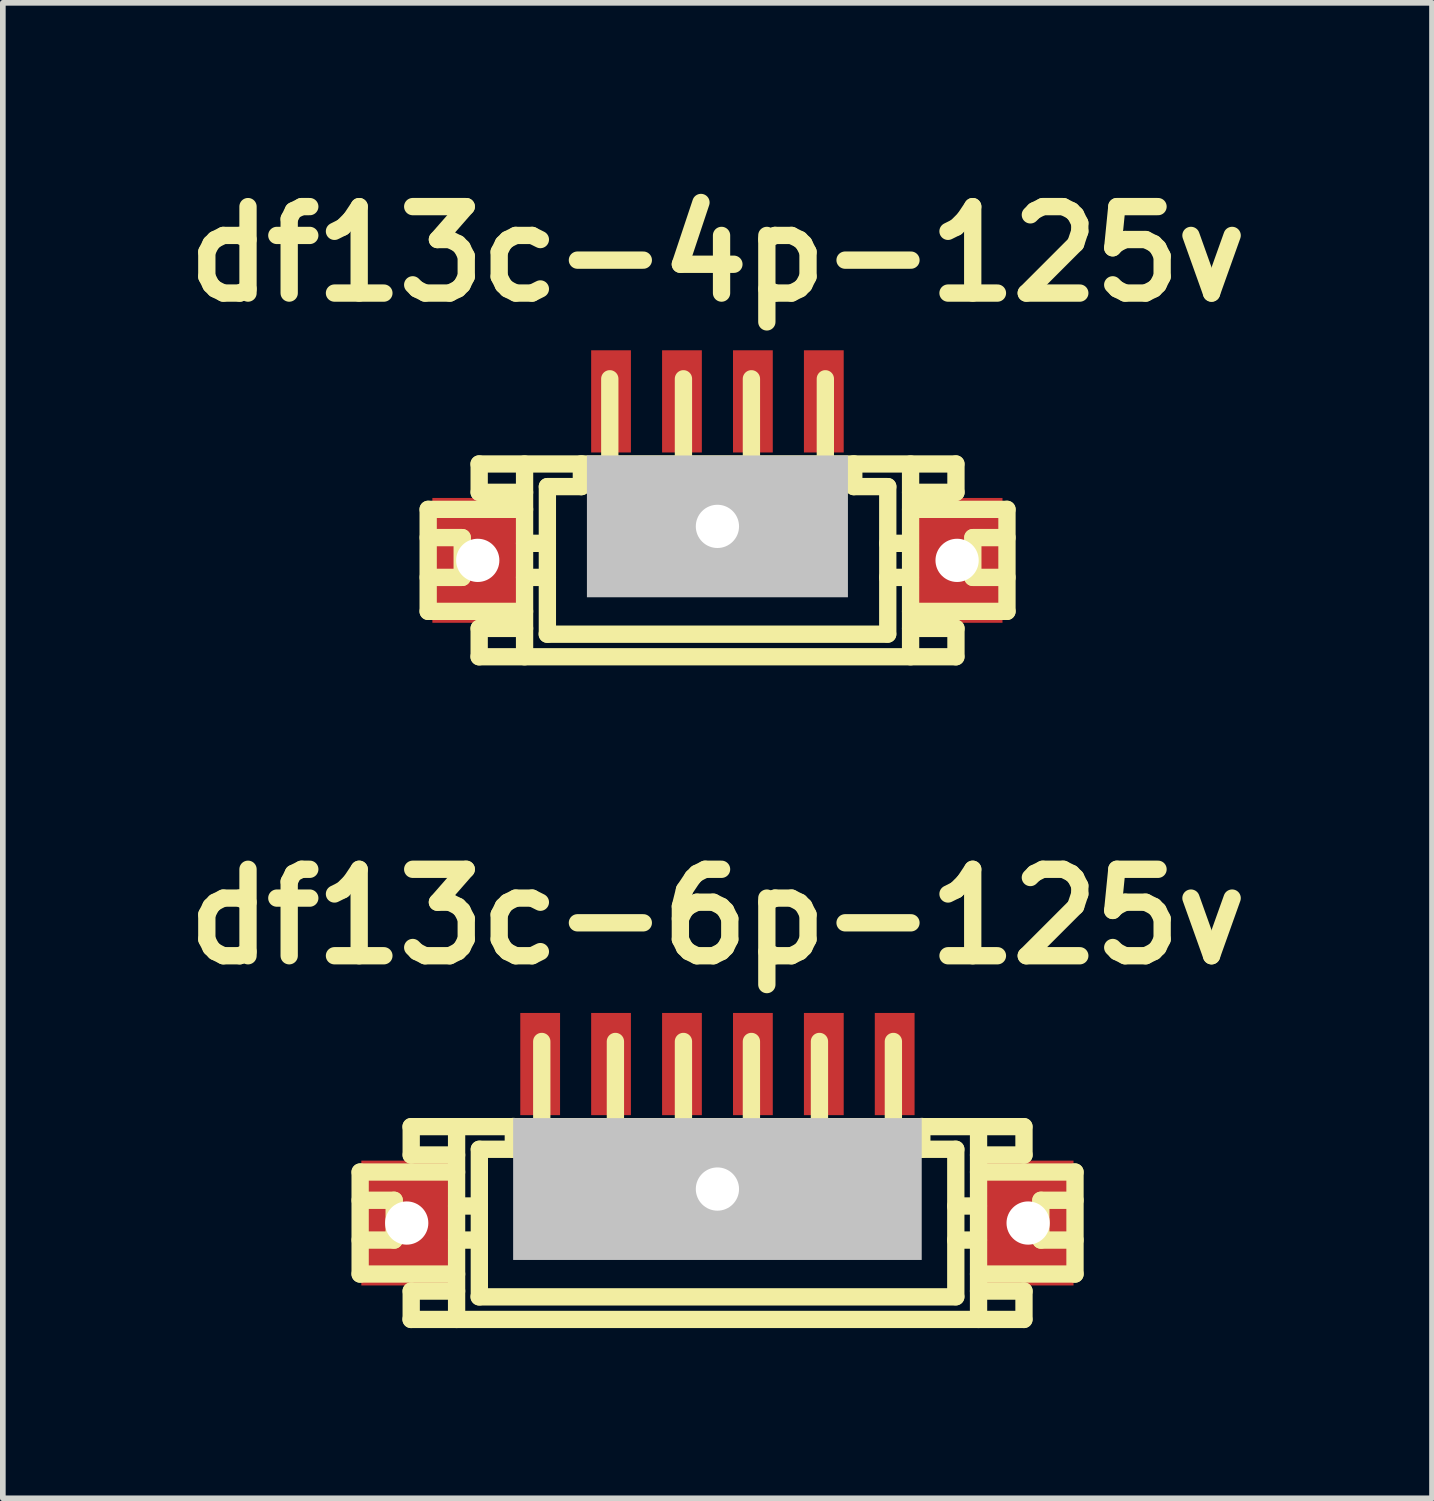
<source format=kicad_pcb>
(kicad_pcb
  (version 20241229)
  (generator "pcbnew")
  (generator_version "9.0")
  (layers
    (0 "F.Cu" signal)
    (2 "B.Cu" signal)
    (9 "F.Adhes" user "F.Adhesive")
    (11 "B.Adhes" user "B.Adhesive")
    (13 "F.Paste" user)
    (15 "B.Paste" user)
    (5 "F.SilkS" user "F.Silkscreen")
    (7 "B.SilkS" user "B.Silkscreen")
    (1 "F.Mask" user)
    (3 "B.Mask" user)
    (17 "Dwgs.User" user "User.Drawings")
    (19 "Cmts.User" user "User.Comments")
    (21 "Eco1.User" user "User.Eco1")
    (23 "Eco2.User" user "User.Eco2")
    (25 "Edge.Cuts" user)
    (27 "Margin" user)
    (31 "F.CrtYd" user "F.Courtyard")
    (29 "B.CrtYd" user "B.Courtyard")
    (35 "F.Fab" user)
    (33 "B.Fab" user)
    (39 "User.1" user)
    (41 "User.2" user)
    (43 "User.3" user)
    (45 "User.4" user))
  (footprint "df13c-6p-125v"
    (layer "F.Cu")
    (at 9.594 17.705)
    (property "Reference" "df13c-6p-125v" (at 0 -4.6 0) (layer "F.SilkS") (effects (font (size 1.524 1.524) (thickness 0.305))))
    (attr through_hole)
    (fp_line (start -6.297 -0.099) (end -4.597 -0.099) (stroke (width 0.305) (type solid)) (layer "F.SilkS"))
    (fp_line (start -6.297 0.399) (end -5.697 0.399) (stroke (width 0.305) (type solid)) (layer "F.SilkS"))
    (fp_line (start -6.297 1.699) (end -6.297 -0.099) (stroke (width 0.305) (type solid)) (layer "F.SilkS"))
    (fp_line (start -6.297 1.699) (end -4.597 1.699) (stroke (width 0.305) (type solid)) (layer "F.SilkS"))
    (fp_line (start -5.697 0.399) (end -5.697 1.1) (stroke (width 0.305) (type solid)) (layer "F.SilkS"))
    (fp_line (start -5.697 1.1) (end -6.297 1.1) (stroke (width 0.305) (type solid)) (layer "F.SilkS"))
    (fp_line (start -5.4 2.499) (end 5.4 2.499) (stroke (width 0.305) (type solid)) (layer "F.SilkS"))
    (fp_line (start -5.397 -0.399) (end -5.397 -0.899) (stroke (width 0.305) (type solid)) (layer "F.SilkS"))
    (fp_line (start -5.397 2.499) (end -5.397 1.999) (stroke (width 0.305) (type solid)) (layer "F.SilkS"))
    (fp_line (start -4.597 -0.899) (end -4.597 2.499) (stroke (width 0.305) (type solid)) (layer "F.SilkS"))
    (fp_line (start -4.597 -0.399) (end -5.397 -0.399) (stroke (width 0.305) (type solid)) (layer "F.SilkS"))
    (fp_line (start -4.597 0.5) (end -4.196 0.5) (stroke (width 0.305) (type solid)) (layer "F.SilkS"))
    (fp_line (start -4.597 1.1) (end -4.196 1.1) (stroke (width 0.305) (type solid)) (layer "F.SilkS"))
    (fp_line (start -4.597 1.999) (end -5.397 1.999) (stroke (width 0.305) (type solid)) (layer "F.SilkS"))
    (fp_line (start -4.196 -0.5) (end -3.597 -0.5) (stroke (width 0.305) (type solid)) (layer "F.SilkS"))
    (fp_line (start -4.196 2.101) (end -4.196 -0.5) (stroke (width 0.305) (type solid)) (layer "F.SilkS"))
    (fp_line (start -3.597 -0.902) (end -3.597 -0.5) (stroke (width 0.305) (type solid)) (layer "F.SilkS"))
    (fp_line (start -3.198 0.998) (end -3.198 1.199) (stroke (width 0.305) (type solid)) (layer "F.SilkS"))
    (fp_line (start -3.198 1.199) (end -2.997 1.199) (stroke (width 0.305) (type solid)) (layer "F.SilkS"))
    (fp_line (start -3.096 -0.902) (end -3.096 -2.4) (stroke (width 0.305) (type solid)) (layer "F.SilkS"))
    (fp_line (start -2.997 0.998) (end -3.198 0.998) (stroke (width 0.305) (type solid)) (layer "F.SilkS"))
    (fp_line (start -2.997 1.199) (end -2.997 0.998) (stroke (width 0.305) (type solid)) (layer "F.SilkS"))
    (fp_line (start -1.897 1.001) (end -1.699 1.001) (stroke (width 0.305) (type solid)) (layer "F.SilkS"))
    (fp_line (start -1.897 1.199) (end -1.897 1.001) (stroke (width 0.305) (type solid)) (layer "F.SilkS"))
    (fp_line (start -1.798 -0.899) (end -1.798 -2.4) (stroke (width 0.305) (type solid)) (layer "F.SilkS"))
    (fp_line (start -1.699 1.001) (end -1.699 1.199) (stroke (width 0.305) (type solid)) (layer "F.SilkS"))
    (fp_line (start -1.699 1.199) (end -1.897 1.199) (stroke (width 0.305) (type solid)) (layer "F.SilkS"))
    (fp_line (start -0.699 1.001) (end -0.5 1.001) (stroke (width 0.305) (type solid)) (layer "F.SilkS"))
    (fp_line (start -0.699 1.199) (end -0.699 1.001) (stroke (width 0.305) (type solid)) (layer "F.SilkS"))
    (fp_line (start -0.599 -2.4) (end -0.599 -0.899) (stroke (width 0.305) (type solid)) (layer "F.SilkS"))
    (fp_line (start -0.5 1.001) (end -0.5 1.199) (stroke (width 0.305) (type solid)) (layer "F.SilkS"))
    (fp_line (start -0.5 1.199) (end -0.699 1.199) (stroke (width 0.305) (type solid)) (layer "F.SilkS"))
    (fp_line (start 0.399 1.001) (end 0.599 1.001) (stroke (width 0.305) (type solid)) (layer "F.SilkS"))
    (fp_line (start 0.399 1.199) (end 0.399 1.001) (stroke (width 0.305) (type solid)) (layer "F.SilkS"))
    (fp_line (start 0.599 -0.899) (end 0.599 -2.4) (stroke (width 0.305) (type solid)) (layer "F.SilkS"))
    (fp_line (start 0.599 1.001) (end 0.599 1.199) (stroke (width 0.305) (type solid)) (layer "F.SilkS"))
    (fp_line (start 0.599 1.199) (end 0.399 1.199) (stroke (width 0.305) (type solid)) (layer "F.SilkS"))
    (fp_line (start 1.699 1.001) (end 1.897 1.001) (stroke (width 0.305) (type solid)) (layer "F.SilkS"))
    (fp_line (start 1.699 1.199) (end 1.699 1.001) (stroke (width 0.305) (type solid)) (layer "F.SilkS"))
    (fp_line (start 1.798 -0.899) (end 1.798 -2.4) (stroke (width 0.305) (type solid)) (layer "F.SilkS"))
    (fp_line (start 1.897 1.001) (end 1.897 1.199) (stroke (width 0.305) (type solid)) (layer "F.SilkS"))
    (fp_line (start 1.897 1.199) (end 1.699 1.199) (stroke (width 0.305) (type solid)) (layer "F.SilkS"))
    (fp_line (start 3.002 0.998) (end 3.203 0.998) (stroke (width 0.305) (type solid)) (layer "F.SilkS"))
    (fp_line (start 3.002 1.199) (end 3.002 0.998) (stroke (width 0.305) (type solid)) (layer "F.SilkS"))
    (fp_line (start 3.101 -0.902) (end 3.101 -2.4) (stroke (width 0.305) (type solid)) (layer "F.SilkS"))
    (fp_line (start 3.203 0.998) (end 3.203 1.199) (stroke (width 0.305) (type solid)) (layer "F.SilkS"))
    (fp_line (start 3.203 1.199) (end 3.002 1.199) (stroke (width 0.305) (type solid)) (layer "F.SilkS"))
    (fp_line (start 3.602 -0.5) (end 3.602 -0.902) (stroke (width 0.305) (type solid)) (layer "F.SilkS"))
    (fp_line (start 4.199 1.1) (end 4.6 1.1) (stroke (width 0.305) (type solid)) (layer "F.SilkS"))
    (fp_line (start 4.201 -0.5) (end 3.602 -0.5) (stroke (width 0.305) (type solid)) (layer "F.SilkS"))
    (fp_line (start 4.201 2.098) (end 4.201 -0.5) (stroke (width 0.305) (type solid)) (layer "F.SilkS"))
    (fp_line (start 4.201 2.101) (end -4.201 2.101) (stroke (width 0.305) (type solid)) (layer "F.SilkS"))
    (fp_line (start 4.6 0.5) (end 4.199 0.5) (stroke (width 0.305) (type solid)) (layer "F.SilkS"))
    (fp_line (start 4.602 -0.899) (end 4.602 2.499) (stroke (width 0.305) (type solid)) (layer "F.SilkS"))
    (fp_line (start 5.4 -0.899) (end -5.4 -0.899) (stroke (width 0.305) (type solid)) (layer "F.SilkS"))
    (fp_line (start 5.403 -0.399) (end 4.602 -0.399) (stroke (width 0.305) (type solid)) (layer "F.SilkS"))
    (fp_line (start 5.403 -0.399) (end 5.403 -0.899) (stroke (width 0.305) (type solid)) (layer "F.SilkS"))
    (fp_line (start 5.403 1.999) (end 4.602 1.999) (stroke (width 0.305) (type solid)) (layer "F.SilkS"))
    (fp_line (start 5.403 2.499) (end 5.403 1.999) (stroke (width 0.305) (type solid)) (layer "F.SilkS"))
    (fp_line (start 5.7 0.399) (end 5.7 1.1) (stroke (width 0.305) (type solid)) (layer "F.SilkS"))
    (fp_line (start 5.702 0.399) (end 6.302 0.399) (stroke (width 0.305) (type solid)) (layer "F.SilkS"))
    (fp_line (start 5.702 1.1) (end 6.302 1.1) (stroke (width 0.305) (type solid)) (layer "F.SilkS"))
    (fp_line (start 6.302 -0.099) (end 4.602 -0.099) (stroke (width 0.305) (type solid)) (layer "F.SilkS"))
    (fp_line (start 6.302 -0.099) (end 6.302 1.699) (stroke (width 0.305) (type solid)) (layer "F.SilkS"))
    (fp_line (start 6.302 1.699) (end 4.602 1.699) (stroke (width 0.305) (type solid)) (layer "F.SilkS"))
    (pad "" np_thru_hole rect (at -5.476 0.8) (size 1.6 2.2) (drill 0.762) (layers "F.Cu" "F.Mask" "F.Paste"))
    (pad "" np_thru_hole rect (at 0 0.201) (size 7.201 2.499) (drill 0.762) (layers "Dwgs.User"))
    (pad "" np_thru_hole rect (at 5.476 0.8) (size 1.6 2.2) (drill 0.762) (layers "F.Cu" "F.Mask" "F.Paste"))
    (pad "1" smd rect (at -3.124 -2.002) (size 0.701 1.801) (layers "F.Cu" "F.Mask" "F.Paste"))
    (pad "2" smd rect (at -1.875 -2.002) (size 0.701 1.801) (layers "F.Cu" "F.Mask" "F.Paste"))
    (pad "3" smd rect (at -0.625 -2.002) (size 0.701 1.801) (layers "F.Cu" "F.Mask" "F.Paste"))
    (pad "4" smd rect (at 0.625 -2.002) (size 0.701 1.801) (layers "F.Cu" "F.Mask" "F.Paste"))
    (pad "5" smd rect (at 1.875 -2.002) (size 0.701 1.801) (layers "F.Cu" "F.Mask" "F.Paste"))
    (pad "6" smd rect (at 3.124 -2.002) (size 0.701 1.801) (layers "F.Cu" "F.Mask" "F.Paste")))
  (footprint "df13c-4p-125v"
    (layer "F.Cu")
    (at 9.594 6.026)
    (property "Reference" "df13c-4p-125v" (at 0 -4.6 0) (layer "F.SilkS") (effects (font (size 1.524 1.524) (thickness 0.305))))
    (attr through_hole)
    (fp_line (start -5.098 -0.099) (end -3.399 -0.099) (stroke (width 0.305) (type solid)) (layer "F.SilkS"))
    (fp_line (start -5.098 0.399) (end -4.498 0.399) (stroke (width 0.305) (type solid)) (layer "F.SilkS"))
    (fp_line (start -5.098 1.699) (end -5.098 -0.099) (stroke (width 0.305) (type solid)) (layer "F.SilkS"))
    (fp_line (start -5.098 1.699) (end -3.399 1.699) (stroke (width 0.305) (type solid)) (layer "F.SilkS"))
    (fp_line (start -4.498 0.399) (end -4.498 1.1) (stroke (width 0.305) (type solid)) (layer "F.SilkS"))
    (fp_line (start -4.498 1.1) (end -5.098 1.1) (stroke (width 0.305) (type solid)) (layer "F.SilkS"))
    (fp_line (start -4.201 -0.899) (end 4.201 -0.899) (stroke (width 0.305) (type solid)) (layer "F.SilkS"))
    (fp_line (start -4.199 -0.399) (end -4.199 -0.899) (stroke (width 0.305) (type solid)) (layer "F.SilkS"))
    (fp_line (start -4.199 2.499) (end -4.199 1.999) (stroke (width 0.305) (type solid)) (layer "F.SilkS"))
    (fp_line (start -3.399 -0.899) (end -3.399 2.499) (stroke (width 0.305) (type solid)) (layer "F.SilkS"))
    (fp_line (start -3.399 -0.399) (end -4.199 -0.399) (stroke (width 0.305) (type solid)) (layer "F.SilkS"))
    (fp_line (start -3.399 0.5) (end -2.997 0.5) (stroke (width 0.305) (type solid)) (layer "F.SilkS"))
    (fp_line (start -3.399 1.1) (end -2.997 1.1) (stroke (width 0.305) (type solid)) (layer "F.SilkS"))
    (fp_line (start -3.399 1.999) (end -4.199 1.999) (stroke (width 0.305) (type solid)) (layer "F.SilkS"))
    (fp_line (start -3 2.101) (end 3 2.101) (stroke (width 0.305) (type solid)) (layer "F.SilkS"))
    (fp_line (start -2.997 -0.5) (end -2.398 -0.5) (stroke (width 0.305) (type solid)) (layer "F.SilkS"))
    (fp_line (start -2.997 2.101) (end -2.997 -0.5) (stroke (width 0.305) (type solid)) (layer "F.SilkS"))
    (fp_line (start -2.398 -0.902) (end -2.398 -0.5) (stroke (width 0.305) (type solid)) (layer "F.SilkS"))
    (fp_line (start -1.999 0.998) (end -1.999 1.199) (stroke (width 0.305) (type solid)) (layer "F.SilkS"))
    (fp_line (start -1.999 1.199) (end -1.798 1.199) (stroke (width 0.305) (type solid)) (layer "F.SilkS"))
    (fp_line (start -1.897 -0.902) (end -1.897 -2.4) (stroke (width 0.305) (type solid)) (layer "F.SilkS"))
    (fp_line (start -1.798 0.998) (end -1.999 0.998) (stroke (width 0.305) (type solid)) (layer "F.SilkS"))
    (fp_line (start -1.798 1.199) (end -1.798 0.998) (stroke (width 0.305) (type solid)) (layer "F.SilkS"))
    (fp_line (start -0.699 1.001) (end -0.5 1.001) (stroke (width 0.305) (type solid)) (layer "F.SilkS"))
    (fp_line (start -0.699 1.199) (end -0.699 1.001) (stroke (width 0.305) (type solid)) (layer "F.SilkS"))
    (fp_line (start -0.599 -0.899) (end -0.599 -2.4) (stroke (width 0.305) (type solid)) (layer "F.SilkS"))
    (fp_line (start -0.5 1.001) (end -0.5 1.199) (stroke (width 0.305) (type solid)) (layer "F.SilkS"))
    (fp_line (start -0.5 1.199) (end -0.699 1.199) (stroke (width 0.305) (type solid)) (layer "F.SilkS"))
    (fp_line (start 0.5 1.001) (end 0.699 1.001) (stroke (width 0.305) (type solid)) (layer "F.SilkS"))
    (fp_line (start 0.5 1.199) (end 0.5 1.001) (stroke (width 0.305) (type solid)) (layer "F.SilkS"))
    (fp_line (start 0.599 -0.899) (end 0.599 -2.4) (stroke (width 0.305) (type solid)) (layer "F.SilkS"))
    (fp_line (start 0.699 1.001) (end 0.699 1.199) (stroke (width 0.305) (type solid)) (layer "F.SilkS"))
    (fp_line (start 0.699 1.199) (end 0.5 1.199) (stroke (width 0.305) (type solid)) (layer "F.SilkS"))
    (fp_line (start 1.803 0.998) (end 2.004 0.998) (stroke (width 0.305) (type solid)) (layer "F.SilkS"))
    (fp_line (start 1.803 1.199) (end 1.803 0.998) (stroke (width 0.305) (type solid)) (layer "F.SilkS"))
    (fp_line (start 1.902 -0.902) (end 1.902 -2.4) (stroke (width 0.305) (type solid)) (layer "F.SilkS"))
    (fp_line (start 2.004 0.998) (end 2.004 1.199) (stroke (width 0.305) (type solid)) (layer "F.SilkS"))
    (fp_line (start 2.004 1.199) (end 1.803 1.199) (stroke (width 0.305) (type solid)) (layer "F.SilkS"))
    (fp_line (start 2.403 -0.5) (end 2.403 -0.902) (stroke (width 0.305) (type solid)) (layer "F.SilkS"))
    (fp_line (start 3 1.1) (end 3.401 1.1) (stroke (width 0.305) (type solid)) (layer "F.SilkS"))
    (fp_line (start 3.002 -0.5) (end 2.403 -0.5) (stroke (width 0.305) (type solid)) (layer "F.SilkS"))
    (fp_line (start 3.002 2.098) (end 3.002 -0.5) (stroke (width 0.305) (type solid)) (layer "F.SilkS"))
    (fp_line (start 3.401 0.5) (end 3 0.5) (stroke (width 0.305) (type solid)) (layer "F.SilkS"))
    (fp_line (start 3.404 -0.899) (end 3.404 2.499) (stroke (width 0.305) (type solid)) (layer "F.SilkS"))
    (fp_line (start 4.201 2.499) (end -4.201 2.499) (stroke (width 0.305) (type solid)) (layer "F.SilkS"))
    (fp_line (start 4.204 -0.399) (end 3.404 -0.399) (stroke (width 0.305) (type solid)) (layer "F.SilkS"))
    (fp_line (start 4.204 -0.399) (end 4.204 -0.899) (stroke (width 0.305) (type solid)) (layer "F.SilkS"))
    (fp_line (start 4.204 1.999) (end 3.404 1.999) (stroke (width 0.305) (type solid)) (layer "F.SilkS"))
    (fp_line (start 4.204 2.499) (end 4.204 1.999) (stroke (width 0.305) (type solid)) (layer "F.SilkS"))
    (fp_line (start 4.501 0.399) (end 4.501 1.1) (stroke (width 0.305) (type solid)) (layer "F.SilkS"))
    (fp_line (start 4.503 0.399) (end 5.103 0.399) (stroke (width 0.305) (type solid)) (layer "F.SilkS"))
    (fp_line (start 4.503 1.1) (end 5.103 1.1) (stroke (width 0.305) (type solid)) (layer "F.SilkS"))
    (fp_line (start 5.103 -0.099) (end 3.404 -0.099) (stroke (width 0.305) (type solid)) (layer "F.SilkS"))
    (fp_line (start 5.103 -0.099) (end 5.103 1.699) (stroke (width 0.305) (type solid)) (layer "F.SilkS"))
    (fp_line (start 5.103 1.699) (end 3.404 1.699) (stroke (width 0.305) (type solid)) (layer "F.SilkS"))
    (pad "" np_thru_hole rect (at -4.224 0.8) (size 1.6 2.2) (drill 0.762) (layers "F.Cu" "F.Mask" "F.Paste"))
    (pad "" np_thru_hole rect (at 0 0.201) (size 4.6 2.499) (drill 0.762) (layers "Dwgs.User"))
    (pad "" np_thru_hole rect (at 4.224 0.8) (size 1.6 2.2) (drill 0.762) (layers "F.Cu" "F.Mask" "F.Paste"))
    (pad "1" smd rect (at -1.875 -2.002) (size 0.701 1.801) (layers "F.Cu" "F.Mask" "F.Paste"))
    (pad "2" smd rect (at -0.625 -2.002) (size 0.701 1.801) (layers "F.Cu" "F.Mask" "F.Paste"))
    (pad "3" smd rect (at 0.625 -2.002) (size 0.701 1.801) (layers "F.Cu" "F.Mask" "F.Paste"))
    (pad "4" smd rect (at 1.875 -2.002) (size 0.701 1.801) (layers "F.Cu" "F.Mask" "F.Paste")))
  (gr_rect
    (start -3 -3)
    (end 22.188 23.356)
    (stroke (width 0.1) (type default))
    (fill no)
    (layer "Edge.Cuts")))
</source>
